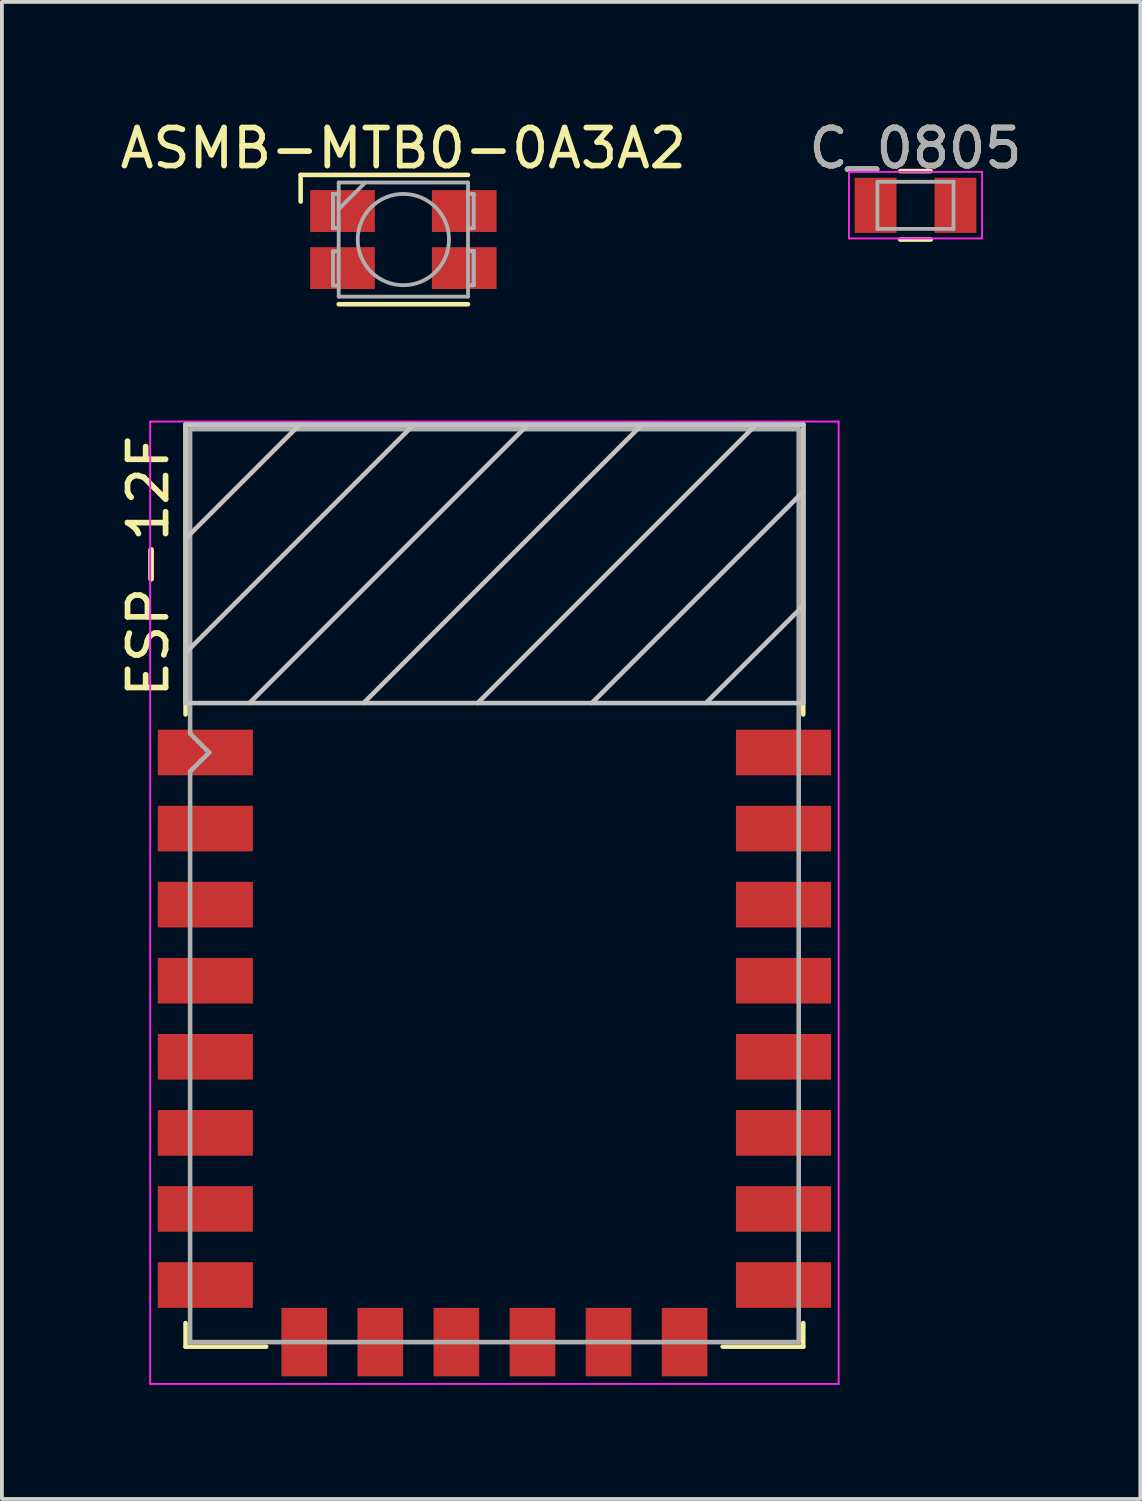
<source format=kicad_pcb>
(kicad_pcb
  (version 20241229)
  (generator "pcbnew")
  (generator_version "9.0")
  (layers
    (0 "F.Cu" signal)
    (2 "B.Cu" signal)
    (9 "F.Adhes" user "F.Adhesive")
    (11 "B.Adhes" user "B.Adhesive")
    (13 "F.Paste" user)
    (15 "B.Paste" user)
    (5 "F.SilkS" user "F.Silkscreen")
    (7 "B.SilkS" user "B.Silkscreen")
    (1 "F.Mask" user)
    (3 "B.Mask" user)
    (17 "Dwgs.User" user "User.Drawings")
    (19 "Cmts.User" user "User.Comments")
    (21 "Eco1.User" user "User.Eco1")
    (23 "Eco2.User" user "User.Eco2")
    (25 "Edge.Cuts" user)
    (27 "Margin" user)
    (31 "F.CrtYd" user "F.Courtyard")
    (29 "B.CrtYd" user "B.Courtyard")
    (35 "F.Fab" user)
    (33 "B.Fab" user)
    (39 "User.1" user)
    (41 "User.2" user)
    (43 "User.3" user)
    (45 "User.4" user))
  (footprint "ASMB-MTB0-0A3A2"
    (layer "F.Cu")
    (at 7.554 3.248)
    (property "Reference" "ASMB-MTB0-0A3A2" (at 0 -2.4 0) (layer "F.SilkS") (effects (font (size 1 1) (thickness 0.15))))
    (attr through_hole)
    (fp_line (start -2.7 -1.7) (end -2.7 -1) (stroke (width 0.12) (type solid)) (layer "F.SilkS"))
    (fp_line (start -1.7 1.7) (end 1.7 1.7) (stroke (width 0.12) (type solid)) (layer "F.SilkS"))
    (fp_line (start 1.7 -1.7) (end -2.7 -1.7) (stroke (width 0.12) (type solid)) (layer "F.SilkS"))
    (fp_line (start -1.85 -1.2) (end -1.85 -0.3) (stroke (width 0.1) (type solid)) (layer "F.Fab"))
    (fp_line (start -1.85 -1.2) (end -1.85 -0.3) (stroke (width 0.1) (type solid)) (layer "F.Fab"))
    (fp_line (start -1.85 -0.3) (end -1.7 -0.3) (stroke (width 0.1) (type solid)) (layer "F.Fab"))
    (fp_line (start -1.85 -0.3) (end -1.7 -0.3) (stroke (width 0.1) (type solid)) (layer "F.Fab"))
    (fp_line (start -1.85 0.309) (end -1.7 0.309) (stroke (width 0.1) (type solid)) (layer "F.Fab"))
    (fp_line (start -1.85 1.209) (end -1.85 0.309) (stroke (width 0.1) (type solid)) (layer "F.Fab"))
    (fp_line (start -1.7 -1.5) (end 1.7 -1.5) (stroke (width 0.1) (type solid)) (layer "F.Fab"))
    (fp_line (start -1.7 -1.2) (end -1.85 -1.2) (stroke (width 0.1) (type solid)) (layer "F.Fab"))
    (fp_line (start -1.7 -1.2) (end -1.85 -1.2) (stroke (width 0.1) (type solid)) (layer "F.Fab"))
    (fp_line (start -1.7 -0.8) (end -1 -1.5) (stroke (width 0.1) (type solid)) (layer "F.Fab"))
    (fp_line (start -1.7 1.5) (end -1.7 -1.5) (stroke (width 0.1) (type solid)) (layer "F.Fab"))
    (fp_line (start -1.7 1.209) (end -1.85 1.209) (stroke (width 0.1) (type solid)) (layer "F.Fab"))
    (fp_line (start 1.7 -1.5) (end 1.7 1.5) (stroke (width 0.1) (type solid)) (layer "F.Fab"))
    (fp_line (start 1.7 -1.2) (end 1.85 -1.2) (stroke (width 0.1) (type solid)) (layer "F.Fab"))
    (fp_line (start 1.7 1.2) (end 1.85 1.2) (stroke (width 0.1) (type solid)) (layer "F.Fab"))
    (fp_line (start 1.7 1.2) (end 1.85 1.2) (stroke (width 0.1) (type solid)) (layer "F.Fab"))
    (fp_line (start 1.7 1.5) (end -1.7 1.5) (stroke (width 0.1) (type solid)) (layer "F.Fab"))
    (fp_line (start 1.85 -1.2) (end 1.85 -0.3) (stroke (width 0.1) (type solid)) (layer "F.Fab"))
    (fp_line (start 1.85 -0.3) (end 1.7 -0.3) (stroke (width 0.1) (type solid)) (layer "F.Fab"))
    (fp_line (start 1.85 0.3) (end 1.7 0.3) (stroke (width 0.1) (type solid)) (layer "F.Fab"))
    (fp_line (start 1.85 0.3) (end 1.7 0.3) (stroke (width 0.1) (type solid)) (layer "F.Fab"))
    (fp_line (start 1.85 1.2) (end 1.85 0.3) (stroke (width 0.1) (type solid)) (layer "F.Fab"))
    (fp_line (start 1.85 1.2) (end 1.85 0.3) (stroke (width 0.1) (type solid)) (layer "F.Fab"))
    (fp_circle (center 0 0) (end 1.2 0) (stroke (width 0.1) (type solid)) (fill no) (layer "F.Fab"))
    (pad "1" smd rect (at -1.6 -0.75) (size 1.7 1.1) (layers "F.Cu" "F.Mask" "F.Paste"))
    (pad "2" smd rect (at 1.6 -0.75) (size 1.7 1.1) (layers "F.Cu" "F.Mask" "F.Paste"))
    (pad "3" smd rect (at 1.6 0.75) (size 1.7 1.1) (layers "F.Cu" "F.Mask" "F.Paste"))
    (pad "4" smd rect (at -1.6 0.75) (size 1.7 1.1) (layers "F.Cu" "F.Mask" "F.Paste")))
  (footprint "ESP-12F"
    (layer "F.Cu")
    (at 9.948 20.233)
    (property "Reference" "ESP-12F" (at -9.1 -8.4 90) (layer "F.SilkS") (effects (font (size 1 1) (thickness 0.15))))
    (attr smd)
    (fp_line (start -8.12 -12.12) (end 8.12 -12.12) (stroke (width 0.12) (type solid)) (layer "F.SilkS"))
    (fp_line (start -8.12 -4.5) (end -8.12 -12.12) (stroke (width 0.12) (type solid)) (layer "F.SilkS"))
    (fp_line (start -8.12 12.12) (end -8.12 11.5) (stroke (width 0.12) (type solid)) (layer "F.SilkS"))
    (fp_line (start -6 12.12) (end -8.12 12.12) (stroke (width 0.12) (type solid)) (layer "F.SilkS"))
    (fp_line (start 8.12 -12.12) (end 8.12 -4.5) (stroke (width 0.12) (type solid)) (layer "F.SilkS"))
    (fp_line (start 8.12 11.5) (end 8.12 12.12) (stroke (width 0.12) (type solid)) (layer "F.SilkS"))
    (fp_line (start 8.12 12.12) (end 6 12.12) (stroke (width 0.12) (type solid)) (layer "F.SilkS"))
    (fp_line (start -8.12 -12.12) (end 8.12 -12.12) (stroke (width 0.12) (type solid)) (layer "Dwgs.User"))
    (fp_line (start -8.12 -9.12) (end -5.12 -12.12) (stroke (width 0.12) (type solid)) (layer "Dwgs.User"))
    (fp_line (start -8.12 -6.12) (end -2.12 -12.12) (stroke (width 0.12) (type solid)) (layer "Dwgs.User"))
    (fp_line (start -8.12 -4.8) (end -8.12 -12.12) (stroke (width 0.12) (type solid)) (layer "Dwgs.User"))
    (fp_line (start -6.44 -4.8) (end 0.88 -12.12) (stroke (width 0.12) (type solid)) (layer "Dwgs.User"))
    (fp_line (start -3.44 -4.8) (end 3.88 -12.12) (stroke (width 0.12) (type solid)) (layer "Dwgs.User"))
    (fp_line (start -0.44 -4.8) (end 6.88 -12.12) (stroke (width 0.12) (type solid)) (layer "Dwgs.User"))
    (fp_line (start 2.56 -4.8) (end 8.12 -10.36) (stroke (width 0.12) (type solid)) (layer "Dwgs.User"))
    (fp_line (start 5.56 -4.8) (end 8.12 -7.36) (stroke (width 0.12) (type solid)) (layer "Dwgs.User"))
    (fp_line (start 8.12 -12.12) (end 8.12 -4.8) (stroke (width 0.12) (type solid)) (layer "Dwgs.User"))
    (fp_line (start 8.12 -4.8) (end -8.12 -4.8) (stroke (width 0.12) (type solid)) (layer "Dwgs.User"))
    (fp_line (start -9.05 -12.2) (end 9.05 -12.2) (stroke (width 0.05) (type solid)) (layer "F.CrtYd"))
    (fp_line (start -9.05 13.1) (end -9.05 -12.2) (stroke (width 0.05) (type solid)) (layer "F.CrtYd"))
    (fp_line (start 9.05 -12.2) (end 9.05 13.1) (stroke (width 0.05) (type solid)) (layer "F.CrtYd"))
    (fp_line (start 9.05 13.1) (end -9.05 13.1) (stroke (width 0.05) (type solid)) (layer "F.CrtYd"))
    (fp_line (start -8 -12) (end 8 -12) (stroke (width 0.12) (type solid)) (layer "F.Fab"))
    (fp_line (start -8 -4) (end -8 -12) (stroke (width 0.12) (type solid)) (layer "F.Fab"))
    (fp_line (start -8 -3) (end -7.5 -3.5) (stroke (width 0.12) (type solid)) (layer "F.Fab"))
    (fp_line (start -8 12) (end -8 -3) (stroke (width 0.12) (type solid)) (layer "F.Fab"))
    (fp_line (start -7.5 -3.5) (end -8 -4) (stroke (width 0.12) (type solid)) (layer "F.Fab"))
    (fp_line (start 8 -12) (end 8 12) (stroke (width 0.12) (type solid)) (layer "F.Fab"))
    (fp_line (start 8 12) (end -8 12) (stroke (width 0.12) (type solid)) (layer "F.Fab"))
    (pad "1" smd rect (at -7.6 -3.5) (size 2.5 1.2) (layers "F.Cu" "F.Mask" "F.Paste"))
    (pad "2" smd rect (at -7.6 -1.5) (size 2.5 1.2) (layers "F.Cu" "F.Mask" "F.Paste"))
    (pad "3" smd rect (at -7.6 0.5) (size 2.5 1.2) (layers "F.Cu" "F.Mask" "F.Paste"))
    (pad "4" smd rect (at -7.6 2.5) (size 2.5 1.2) (layers "F.Cu" "F.Mask" "F.Paste"))
    (pad "5" smd rect (at -7.6 4.5) (size 2.5 1.2) (layers "F.Cu" "F.Mask" "F.Paste"))
    (pad "6" smd rect (at -7.6 6.5) (size 2.5 1.2) (layers "F.Cu" "F.Mask" "F.Paste"))
    (pad "7" smd rect (at -7.6 8.5) (size 2.5 1.2) (layers "F.Cu" "F.Mask" "F.Paste"))
    (pad "8" smd rect (at -7.6 10.5) (size 2.5 1.2) (layers "F.Cu" "F.Mask" "F.Paste"))
    (pad "9" smd rect (at -5 12) (size 1.2 1.8) (layers "F.Cu" "F.Mask" "F.Paste"))
    (pad "10" smd rect (at -3 12) (size 1.2 1.8) (layers "F.Cu" "F.Mask" "F.Paste"))
    (pad "11" smd rect (at -1 12) (size 1.2 1.8) (layers "F.Cu" "F.Mask" "F.Paste"))
    (pad "12" smd rect (at 1 12) (size 1.2 1.8) (layers "F.Cu" "F.Mask" "F.Paste"))
    (pad "13" smd rect (at 3 12) (size 1.2 1.8) (layers "F.Cu" "F.Mask" "F.Paste"))
    (pad "14" smd rect (at 5 12) (size 1.2 1.8) (layers "F.Cu" "F.Mask" "F.Paste"))
    (pad "15" smd rect (at 7.6 10.5) (size 2.5 1.2) (layers "F.Cu" "F.Mask" "F.Paste"))
    (pad "16" smd rect (at 7.6 8.5) (size 2.5 1.2) (layers "F.Cu" "F.Mask" "F.Paste"))
    (pad "17" smd rect (at 7.6 6.5) (size 2.5 1.2) (layers "F.Cu" "F.Mask" "F.Paste"))
    (pad "18" smd rect (at 7.6 4.5) (size 2.5 1.2) (layers "F.Cu" "F.Mask" "F.Paste"))
    (pad "19" smd rect (at 7.6 2.5) (size 2.5 1.2) (layers "F.Cu" "F.Mask" "F.Paste"))
    (pad "20" smd rect (at 7.6 0.5) (size 2.5 1.2) (layers "F.Cu" "F.Mask" "F.Paste"))
    (pad "21" smd rect (at 7.6 -1.5) (size 2.5 1.2) (layers "F.Cu" "F.Mask" "F.Paste"))
    (pad "22" smd rect (at 7.6 -3.5) (size 2.5 1.2) (layers "F.Cu" "F.Mask" "F.Paste")))
  (footprint "C_0805"
    (layer "F.Cu")
    (at 21.018 2.348)
    (property "Reference" "C_0805" (at 0 -1.5 0) (layer "F.SilkS") (effects (font (size 1 1) (thickness 0.15))))
    (attr smd)
    (fp_line (start -0.4 0.9) (end 0.4 0.9) (stroke (width 0.12) (type solid)) (layer "F.SilkS"))
    (fp_line (start 0.4 -0.9) (end -0.4 -0.9) (stroke (width 0.12) (type solid)) (layer "F.SilkS"))
    (fp_line (start -1.75 -0.88) (end -1.75 0.87) (stroke (width 0.05) (type solid)) (layer "F.CrtYd"))
    (fp_line (start -1.75 -0.88) (end 1.75 -0.88) (stroke (width 0.05) (type solid)) (layer "F.CrtYd"))
    (fp_line (start 1.75 0.87) (end -1.75 0.87) (stroke (width 0.05) (type solid)) (layer "F.CrtYd"))
    (fp_line (start 1.75 0.87) (end 1.75 -0.88) (stroke (width 0.05) (type solid)) (layer "F.CrtYd"))
    (fp_line (start -1 -0.62) (end 1 -0.62) (stroke (width 0.1) (type solid)) (layer "F.Fab"))
    (fp_line (start -1 0.62) (end -1 -0.62) (stroke (width 0.1) (type solid)) (layer "F.Fab"))
    (fp_line (start 1 -0.62) (end 1 0.62) (stroke (width 0.1) (type solid)) (layer "F.Fab"))
    (fp_line (start 1 0.62) (end -1 0.62) (stroke (width 0.1) (type solid)) (layer "F.Fab"))
    (fp_text user "${REFERENCE}" (at 0 -1.5 0) (layer "F.Fab") (effects (font (size 1 1) (thickness 0.15))))
    (pad "1" smd rect (at -1.05 0) (size 1.1 1.45) (layers "F.Cu" "F.Mask" "F.Paste"))
    (pad "2" smd rect (at 1.05 0) (size 1.1 1.45) (layers "F.Cu" "F.Mask" "F.Paste")))
  (gr_rect
    (start -3 -3)
    (end 26.929 36.358)
    (stroke (width 0.1) (type default))
    (fill no)
    (layer "Edge.Cuts")))
</source>
